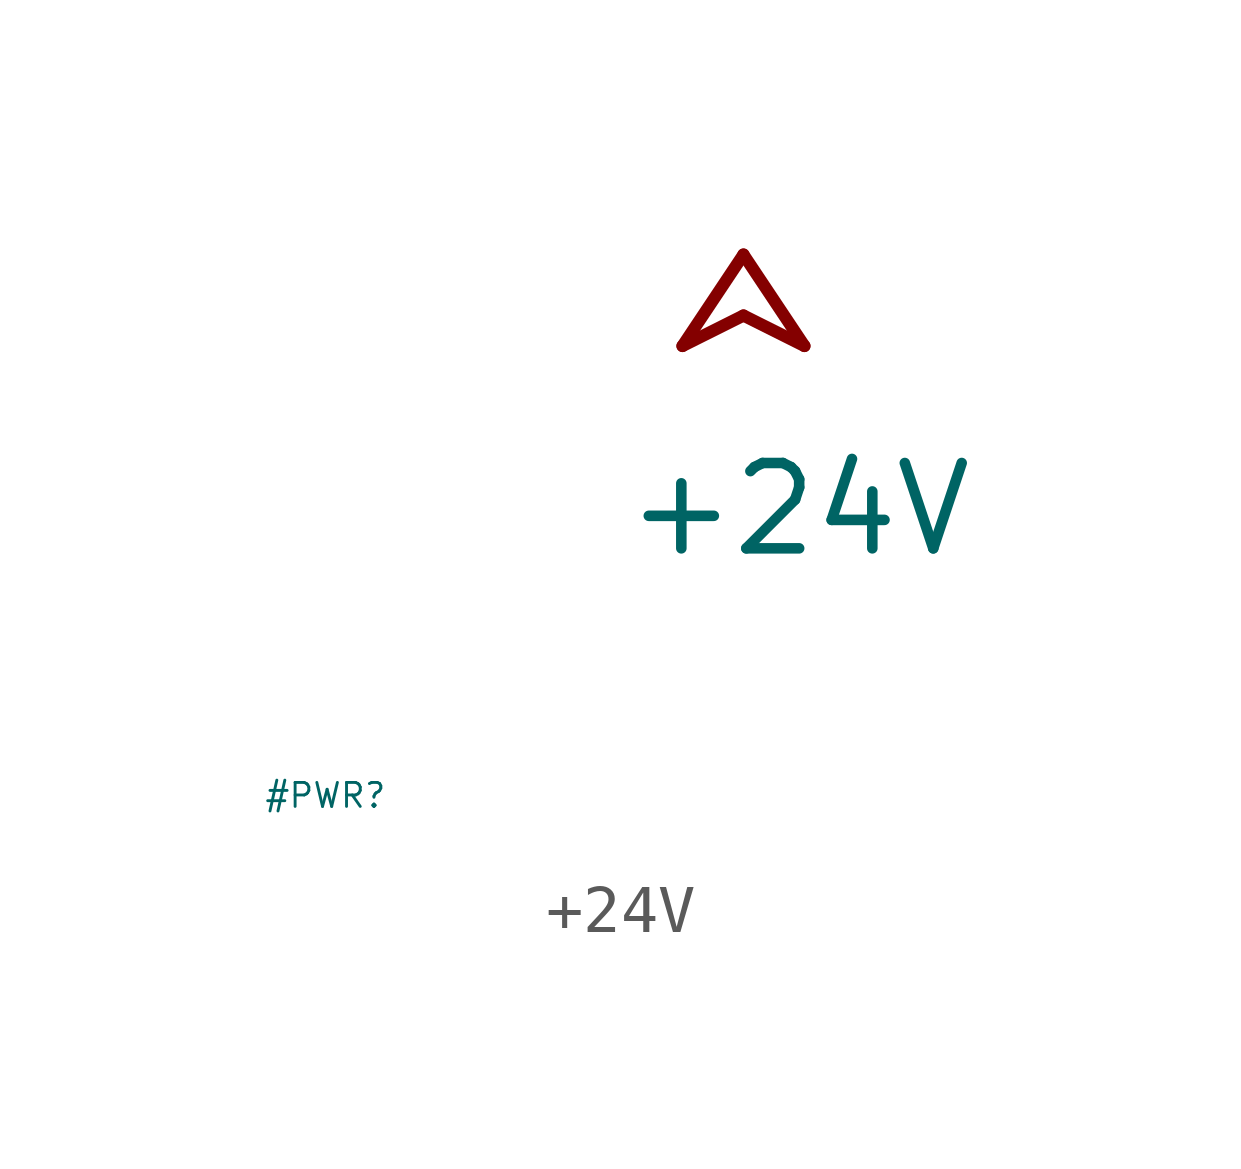
<source format=kicad_sym>
(kicad_symbol_lib
  (version 20220914)
  (generator Eagle2Kicad)
  (symbol "+24V"
    (power)
    (pin_names
      (offset 0))
    (property "Reference" "#PWR"
      (at -10 -10 0)
      (effects (font (size 0.5 0.5) (thickness 0.06)) (justify left)))
    (property "Value" "+24V"
      (at -2.54 -5.08 0)
      (effects (font (size 1.778 1.778) (thickness 0.22)) (justify left bottom)))
    (polyline
      (pts (xy 1.27 -0.635) (xy 0 0))
      (stroke (width 0.254) (type default))
      (fill (type none)))
    (polyline
      (pts (xy 0 0) (xy -1.27 -0.635))
      (stroke (width 0.254) (type default))
      (fill (type none)))
    (polyline
      (pts (xy 1.27 -0.635) (xy 0 1.27))
      (stroke (width 0.254) (type default))
      (fill (type none)))
    (polyline
      (pts (xy 0 1.27) (xy -1.27 -0.635))
      (stroke (width 0.254) (type default))
      (fill (type none)))
    (pin power_in line
      (at 0 -2.54 90)
      (length 2.54) hide
      (name "+24V" (effects (font (size 0.635 0.635) (thickness 0.08)) (justify left bottom)))
      (number "1" (effects (font (size 0.635 0.635) (thickness 0.08)) (justify left bottom))))))
</source>
